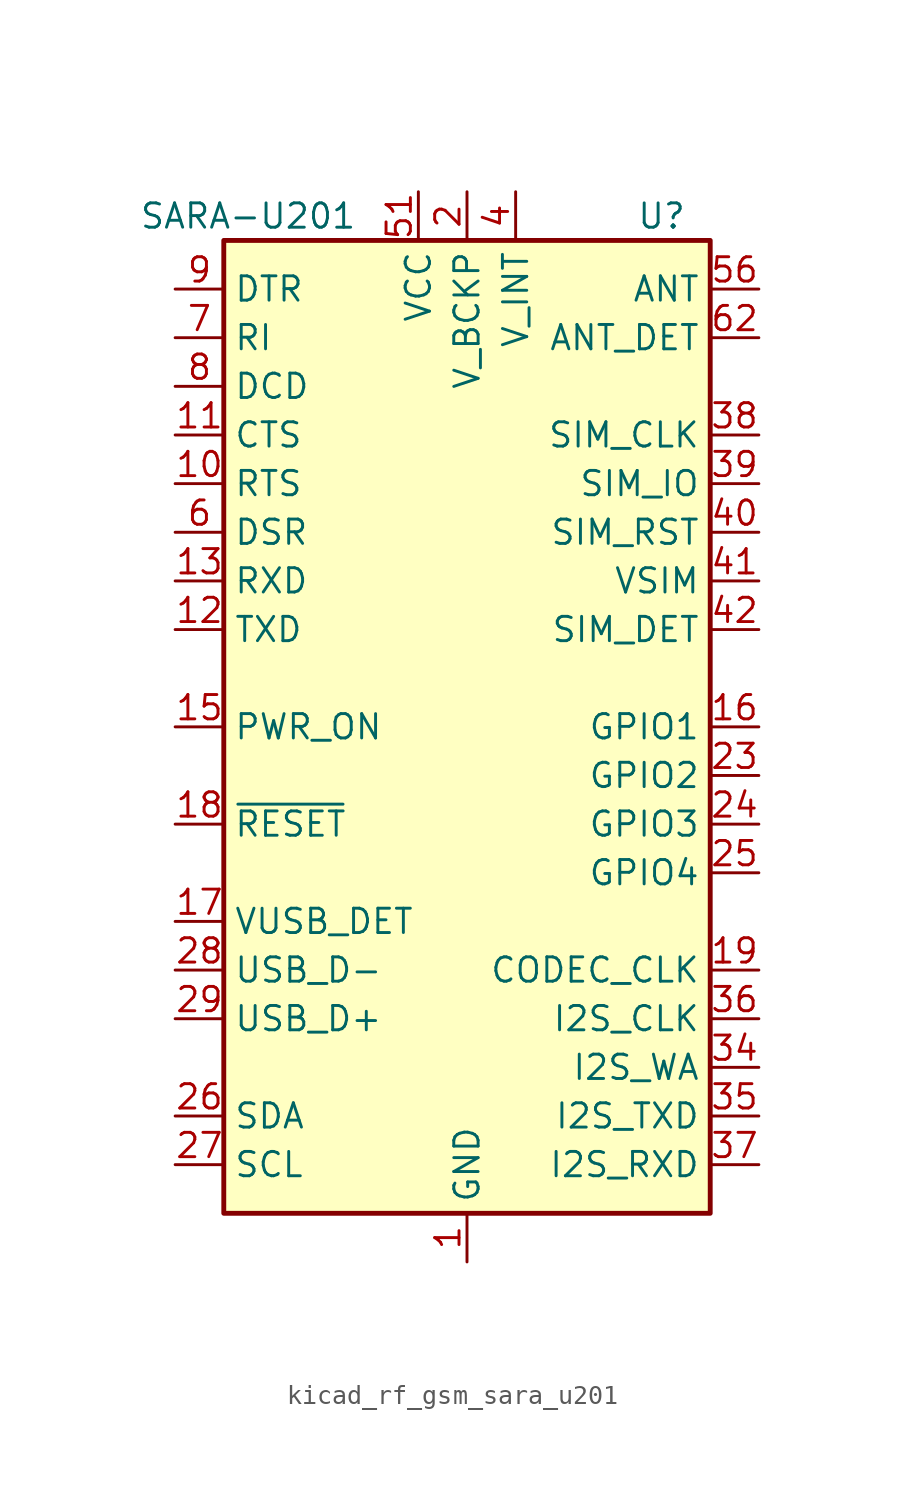
<source format=kicad_sym>
(kicad_symbol_lib
  (version 20220914)
  (generator kicad_symbol_editor)
  (symbol "kicad_rf_gsm_sara_u201"
    (property "Reference" "U"
      (at 10.16 26.67 0)
      (effects (font (size 1.27 1.27))))
    (property "Value" "SARA-U201"
      (at -11.43 26.67 0)
      (effects (font (size 1.27 1.27))))
    (symbol "kicad_rf_gsm_sara_u201_0_1"
      (rectangle (start -12.7 25.4) (end 12.7 -25.4) (stroke (width 0.254) (type default)) (fill (type background))))
    (symbol "kicad_rf_gsm_sara_u201_1_1"
      (pin power_in line (at 0 -27.94 90) (length 2.54) (name "GND" (effects (font (size 1.27 1.27)))) (number "1" (effects (font (size 1.27 1.27)))))
      (pin input line (at -15.24 12.7 0) (length 2.54) (name "RTS" (effects (font (size 1.27 1.27)))) (number "10" (effects (font (size 1.27 1.27)))))
      (pin output line (at -15.24 15.24 0) (length 2.54) (name "CTS" (effects (font (size 1.27 1.27)))) (number "11" (effects (font (size 1.27 1.27)))))
      (pin input line (at -15.24 5.08 0) (length 2.54) (name "TXD" (effects (font (size 1.27 1.27)))) (number "12" (effects (font (size 1.27 1.27)))))
      (pin output line (at -15.24 7.62 0) (length 2.54) (name "RXD" (effects (font (size 1.27 1.27)))) (number "13" (effects (font (size 1.27 1.27)))))
      (pin passive line (at 0 -27.94 90) (length 2.54) hide (name "GND" (effects (font (size 1.27 1.27)))) (number "14" (effects (font (size 1.27 1.27)))))
      (pin input line (at -15.24 0 0) (length 2.54) (name "PWR_ON" (effects (font (size 1.27 1.27)))) (number "15" (effects (font (size 1.27 1.27)))))
      (pin bidirectional line (at 15.24 0 180) (length 2.54) (name "GPIO1" (effects (font (size 1.27 1.27)))) (number "16" (effects (font (size 1.27 1.27)))))
      (pin input line (at -15.24 -10.16 0) (length 2.54) (name "VUSB_DET" (effects (font (size 1.27 1.27)))) (number "17" (effects (font (size 1.27 1.27)))))
      (pin input line (at -15.24 -5.08 0) (length 2.54) (name "~{RESET}" (effects (font (size 1.27 1.27)))) (number "18" (effects (font (size 1.27 1.27)))))
      (pin output line (at 15.24 -12.7 180) (length 2.54) (name "CODEC_CLK" (effects (font (size 1.27 1.27)))) (number "19" (effects (font (size 1.27 1.27)))))
      (pin power_out line (at 0 27.94 270) (length 2.54) (name "V_BCKP" (effects (font (size 1.27 1.27)))) (number "2" (effects (font (size 1.27 1.27)))))
      (pin passive line (at 0 -27.94 90) (length 2.54) hide (name "GND" (effects (font (size 1.27 1.27)))) (number "20" (effects (font (size 1.27 1.27)))))
      (pin passive line (at 0 -27.94 90) (length 2.54) hide (name "GND" (effects (font (size 1.27 1.27)))) (number "21" (effects (font (size 1.27 1.27)))))
      (pin passive line (at 0 -27.94 90) (length 2.54) hide (name "GND" (effects (font (size 1.27 1.27)))) (number "22" (effects (font (size 1.27 1.27)))))
      (pin bidirectional line (at 15.24 -2.54 180) (length 2.54) (name "GPIO2" (effects (font (size 1.27 1.27)))) (number "23" (effects (font (size 1.27 1.27)))))
      (pin bidirectional line (at 15.24 -5.08 180) (length 2.54) (name "GPIO3" (effects (font (size 1.27 1.27)))) (number "24" (effects (font (size 1.27 1.27)))))
      (pin bidirectional line (at 15.24 -7.62 180) (length 2.54) (name "GPIO4" (effects (font (size 1.27 1.27)))) (number "25" (effects (font (size 1.27 1.27)))))
      (pin bidirectional line (at -15.24 -20.32 0) (length 2.54) (name "SDA" (effects (font (size 1.27 1.27)))) (number "26" (effects (font (size 1.27 1.27)))))
      (pin output line (at -15.24 -22.86 0) (length 2.54) (name "SCL" (effects (font (size 1.27 1.27)))) (number "27" (effects (font (size 1.27 1.27)))))
      (pin bidirectional line (at -15.24 -12.7 0) (length 2.54) (name "USB_D-" (effects (font (size 1.27 1.27)))) (number "28" (effects (font (size 1.27 1.27)))))
      (pin bidirectional line (at -15.24 -15.24 0) (length 2.54) (name "USB_D+" (effects (font (size 1.27 1.27)))) (number "29" (effects (font (size 1.27 1.27)))))
      (pin passive line (at 0 -27.94 90) (length 2.54) hide (name "GND" (effects (font (size 1.27 1.27)))) (number "3" (effects (font (size 1.27 1.27)))))
      (pin passive line (at 0 -27.94 90) (length 2.54) hide (name "GND" (effects (font (size 1.27 1.27)))) (number "30" (effects (font (size 1.27 1.27)))))
      (pin no_connect line (at -12.7 2.54 0) (length 2.54) hide (name "RSVD" (effects (font (size 1.27 1.27)))) (number "31" (effects (font (size 1.27 1.27)))))
      (pin passive line (at 0 -27.94 90) (length 2.54) hide (name "GND" (effects (font (size 1.27 1.27)))) (number "32" (effects (font (size 1.27 1.27)))))
      (pin no_connect line (at -12.7 -2.54 0) (length 2.54) hide (name "RSVD" (effects (font (size 1.27 1.27)))) (number "33" (effects (font (size 1.27 1.27)))))
      (pin bidirectional line (at 15.24 -17.78 180) (length 2.54) (name "I2S_WA" (effects (font (size 1.27 1.27)))) (number "34" (effects (font (size 1.27 1.27)))))
      (pin output line (at 15.24 -20.32 180) (length 2.54) (name "I2S_TXD" (effects (font (size 1.27 1.27)))) (number "35" (effects (font (size 1.27 1.27)))))
      (pin output line (at 15.24 -15.24 180) (length 2.54) (name "I2S_CLK" (effects (font (size 1.27 1.27)))) (number "36" (effects (font (size 1.27 1.27)))))
      (pin input line (at 15.24 -22.86 180) (length 2.54) (name "I2S_RXD" (effects (font (size 1.27 1.27)))) (number "37" (effects (font (size 1.27 1.27)))))
      (pin output line (at 15.24 15.24 180) (length 2.54) (name "SIM_CLK" (effects (font (size 1.27 1.27)))) (number "38" (effects (font (size 1.27 1.27)))))
      (pin bidirectional line (at 15.24 12.7 180) (length 2.54) (name "SIM_IO" (effects (font (size 1.27 1.27)))) (number "39" (effects (font (size 1.27 1.27)))))
      (pin power_out line (at 2.54 27.94 270) (length 2.54) (name "V_INT" (effects (font (size 1.27 1.27)))) (number "4" (effects (font (size 1.27 1.27)))))
      (pin output line (at 15.24 10.16 180) (length 2.54) (name "SIM_RST" (effects (font (size 1.27 1.27)))) (number "40" (effects (font (size 1.27 1.27)))))
      (pin power_out line (at 15.24 7.62 180) (length 2.54) (name "VSIM" (effects (font (size 1.27 1.27)))) (number "41" (effects (font (size 1.27 1.27)))))
      (pin input line (at 15.24 5.08 180) (length 2.54) (name "SIM_DET" (effects (font (size 1.27 1.27)))) (number "42" (effects (font (size 1.27 1.27)))))
      (pin passive line (at 0 -27.94 90) (length 2.54) hide (name "GND" (effects (font (size 1.27 1.27)))) (number "43" (effects (font (size 1.27 1.27)))))
      (pin no_connect line (at -12.7 -7.62 0) (length 2.54) hide (name "RSVD" (effects (font (size 1.27 1.27)))) (number "44" (effects (font (size 1.27 1.27)))))
      (pin no_connect line (at -12.7 -17.78 0) (length 2.54) hide (name "RSVD" (effects (font (size 1.27 1.27)))) (number "45" (effects (font (size 1.27 1.27)))))
      (pin no_connect line (at -2.54 -25.4 90) (length 2.54) hide (name "RSVD" (effects (font (size 1.27 1.27)))) (number "46" (effects (font (size 1.27 1.27)))))
      (pin no_connect line (at 12.7 -10.16 180) (length 2.54) hide (name "RSVD" (effects (font (size 1.27 1.27)))) (number "47" (effects (font (size 1.27 1.27)))))
      (pin no_connect line (at 12.7 2.54 180) (length 2.54) hide (name "RSVD" (effects (font (size 1.27 1.27)))) (number "48" (effects (font (size 1.27 1.27)))))
      (pin no_connect line (at 12.7 17.78 180) (length 2.54) hide (name "RSVD" (effects (font (size 1.27 1.27)))) (number "49" (effects (font (size 1.27 1.27)))))
      (pin passive line (at 0 -27.94 90) (length 2.54) hide (name "GND" (effects (font (size 1.27 1.27)))) (number "5" (effects (font (size 1.27 1.27)))))
      (pin passive line (at 0 -27.94 90) (length 2.54) hide (name "GND" (effects (font (size 1.27 1.27)))) (number "50" (effects (font (size 1.27 1.27)))))
      (pin power_in line (at -2.54 27.94 270) (length 2.54) (name "VCC" (effects (font (size 1.27 1.27)))) (number "51" (effects (font (size 1.27 1.27)))))
      (pin passive line (at -2.54 27.94 270) (length 2.54) hide (name "VCC" (effects (font (size 1.27 1.27)))) (number "52" (effects (font (size 1.27 1.27)))))
      (pin passive line (at -2.54 27.94 270) (length 2.54) hide (name "VCC" (effects (font (size 1.27 1.27)))) (number "53" (effects (font (size 1.27 1.27)))))
      (pin passive line (at 0 -27.94 90) (length 2.54) hide (name "GND" (effects (font (size 1.27 1.27)))) (number "54" (effects (font (size 1.27 1.27)))))
      (pin passive line (at 0 -27.94 90) (length 2.54) hide (name "GND" (effects (font (size 1.27 1.27)))) (number "55" (effects (font (size 1.27 1.27)))))
      (pin passive line (at 15.24 22.86 180) (length 2.54) (name "ANT" (effects (font (size 1.27 1.27)))) (number "56" (effects (font (size 1.27 1.27)))))
      (pin passive line (at 0 -27.94 90) (length 2.54) hide (name "GND" (effects (font (size 1.27 1.27)))) (number "57" (effects (font (size 1.27 1.27)))))
      (pin passive line (at 0 -27.94 90) (length 2.54) hide (name "GND" (effects (font (size 1.27 1.27)))) (number "58" (effects (font (size 1.27 1.27)))))
      (pin passive line (at 0 -27.94 90) (length 2.54) hide (name "GND" (effects (font (size 1.27 1.27)))) (number "59" (effects (font (size 1.27 1.27)))))
      (pin output line (at -15.24 10.16 0) (length 2.54) (name "DSR" (effects (font (size 1.27 1.27)))) (number "6" (effects (font (size 1.27 1.27)))))
      (pin passive line (at 0 -27.94 90) (length 2.54) hide (name "GND" (effects (font (size 1.27 1.27)))) (number "60" (effects (font (size 1.27 1.27)))))
      (pin passive line (at 0 -27.94 90) (length 2.54) hide (name "GND" (effects (font (size 1.27 1.27)))) (number "61" (effects (font (size 1.27 1.27)))))
      (pin input line (at 15.24 20.32 180) (length 2.54) (name "ANT_DET" (effects (font (size 1.27 1.27)))) (number "62" (effects (font (size 1.27 1.27)))))
      (pin passive line (at 0 -27.94 90) (length 2.54) hide (name "GND" (effects (font (size 1.27 1.27)))) (number "63" (effects (font (size 1.27 1.27)))))
      (pin passive line (at 0 -27.94 90) (length 2.54) hide (name "GND" (effects (font (size 1.27 1.27)))) (number "64" (effects (font (size 1.27 1.27)))))
      (pin passive line (at 0 -27.94 90) (length 2.54) hide (name "GND" (effects (font (size 1.27 1.27)))) (number "65" (effects (font (size 1.27 1.27)))))
      (pin passive line (at 0 -27.94 90) (length 2.54) hide (name "GND" (effects (font (size 1.27 1.27)))) (number "66" (effects (font (size 1.27 1.27)))))
      (pin passive line (at 0 -27.94 90) (length 2.54) hide (name "GND" (effects (font (size 1.27 1.27)))) (number "67" (effects (font (size 1.27 1.27)))))
      (pin passive line (at 0 -27.94 90) (length 2.54) hide (name "GND" (effects (font (size 1.27 1.27)))) (number "68" (effects (font (size 1.27 1.27)))))
      (pin passive line (at 0 -27.94 90) (length 2.54) hide (name "GND" (effects (font (size 1.27 1.27)))) (number "69" (effects (font (size 1.27 1.27)))))
      (pin output line (at -15.24 20.32 0) (length 2.54) (name "RI" (effects (font (size 1.27 1.27)))) (number "7" (effects (font (size 1.27 1.27)))))
      (pin passive line (at 0 -27.94 90) (length 2.54) hide (name "GND" (effects (font (size 1.27 1.27)))) (number "70" (effects (font (size 1.27 1.27)))))
      (pin passive line (at 0 -27.94 90) (length 2.54) hide (name "GND" (effects (font (size 1.27 1.27)))) (number "71" (effects (font (size 1.27 1.27)))))
      (pin passive line (at 0 -27.94 90) (length 2.54) hide (name "GND" (effects (font (size 1.27 1.27)))) (number "72" (effects (font (size 1.27 1.27)))))
      (pin passive line (at 0 -27.94 90) (length 2.54) hide (name "GND" (effects (font (size 1.27 1.27)))) (number "73" (effects (font (size 1.27 1.27)))))
      (pin passive line (at 0 -27.94 90) (length 2.54) hide (name "GND" (effects (font (size 1.27 1.27)))) (number "74" (effects (font (size 1.27 1.27)))))
      (pin passive line (at 0 -27.94 90) (length 2.54) hide (name "GND" (effects (font (size 1.27 1.27)))) (number "75" (effects (font (size 1.27 1.27)))))
      (pin passive line (at 0 -27.94 90) (length 2.54) hide (name "GND" (effects (font (size 1.27 1.27)))) (number "76" (effects (font (size 1.27 1.27)))))
      (pin passive line (at 0 -27.94 90) (length 2.54) hide (name "GND" (effects (font (size 1.27 1.27)))) (number "77" (effects (font (size 1.27 1.27)))))
      (pin passive line (at 0 -27.94 90) (length 2.54) hide (name "GND" (effects (font (size 1.27 1.27)))) (number "78" (effects (font (size 1.27 1.27)))))
      (pin passive line (at 0 -27.94 90) (length 2.54) hide (name "GND" (effects (font (size 1.27 1.27)))) (number "79" (effects (font (size 1.27 1.27)))))
      (pin output line (at -15.24 17.78 0) (length 2.54) (name "DCD" (effects (font (size 1.27 1.27)))) (number "8" (effects (font (size 1.27 1.27)))))
      (pin passive line (at 0 -27.94 90) (length 2.54) hide (name "GND" (effects (font (size 1.27 1.27)))) (number "80" (effects (font (size 1.27 1.27)))))
      (pin passive line (at 0 -27.94 90) (length 2.54) hide (name "GND" (effects (font (size 1.27 1.27)))) (number "81" (effects (font (size 1.27 1.27)))))
      (pin passive line (at 0 -27.94 90) (length 2.54) hide (name "GND" (effects (font (size 1.27 1.27)))) (number "82" (effects (font (size 1.27 1.27)))))
      (pin passive line (at 0 -27.94 90) (length 2.54) hide (name "GND" (effects (font (size 1.27 1.27)))) (number "83" (effects (font (size 1.27 1.27)))))
      (pin passive line (at 0 -27.94 90) (length 2.54) hide (name "GND" (effects (font (size 1.27 1.27)))) (number "84" (effects (font (size 1.27 1.27)))))
      (pin passive line (at 0 -27.94 90) (length 2.54) hide (name "GND" (effects (font (size 1.27 1.27)))) (number "85" (effects (font (size 1.27 1.27)))))
      (pin passive line (at 0 -27.94 90) (length 2.54) hide (name "GND" (effects (font (size 1.27 1.27)))) (number "86" (effects (font (size 1.27 1.27)))))
      (pin passive line (at 0 -27.94 90) (length 2.54) hide (name "GND" (effects (font (size 1.27 1.27)))) (number "87" (effects (font (size 1.27 1.27)))))
      (pin passive line (at 0 -27.94 90) (length 2.54) hide (name "GND" (effects (font (size 1.27 1.27)))) (number "88" (effects (font (size 1.27 1.27)))))
      (pin passive line (at 0 -27.94 90) (length 2.54) hide (name "GND" (effects (font (size 1.27 1.27)))) (number "89" (effects (font (size 1.27 1.27)))))
      (pin input line (at -15.24 22.86 0) (length 2.54) (name "DTR" (effects (font (size 1.27 1.27)))) (number "9" (effects (font (size 1.27 1.27)))))
      (pin passive line (at 0 -27.94 90) (length 2.54) hide (name "GND" (effects (font (size 1.27 1.27)))) (number "90" (effects (font (size 1.27 1.27)))))
      (pin passive line (at 0 -27.94 90) (length 2.54) hide (name "GND" (effects (font (size 1.27 1.27)))) (number "91" (effects (font (size 1.27 1.27)))))
      (pin passive line (at 0 -27.94 90) (length 2.54) hide (name "GND" (effects (font (size 1.27 1.27)))) (number "92" (effects (font (size 1.27 1.27)))))
      (pin passive line (at 0 -27.94 90) (length 2.54) hide (name "GND" (effects (font (size 1.27 1.27)))) (number "93" (effects (font (size 1.27 1.27)))))
      (pin passive line (at 0 -27.94 90) (length 2.54) hide (name "GND" (effects (font (size 1.27 1.27)))) (number "94" (effects (font (size 1.27 1.27)))))
      (pin passive line (at 0 -27.94 90) (length 2.54) hide (name "GND" (effects (font (size 1.27 1.27)))) (number "95" (effects (font (size 1.27 1.27)))))
      (pin passive line (at 0 -27.94 90) (length 2.54) hide (name "GND" (effects (font (size 1.27 1.27)))) (number "96" (effects (font (size 1.27 1.27))))))))
</source>
